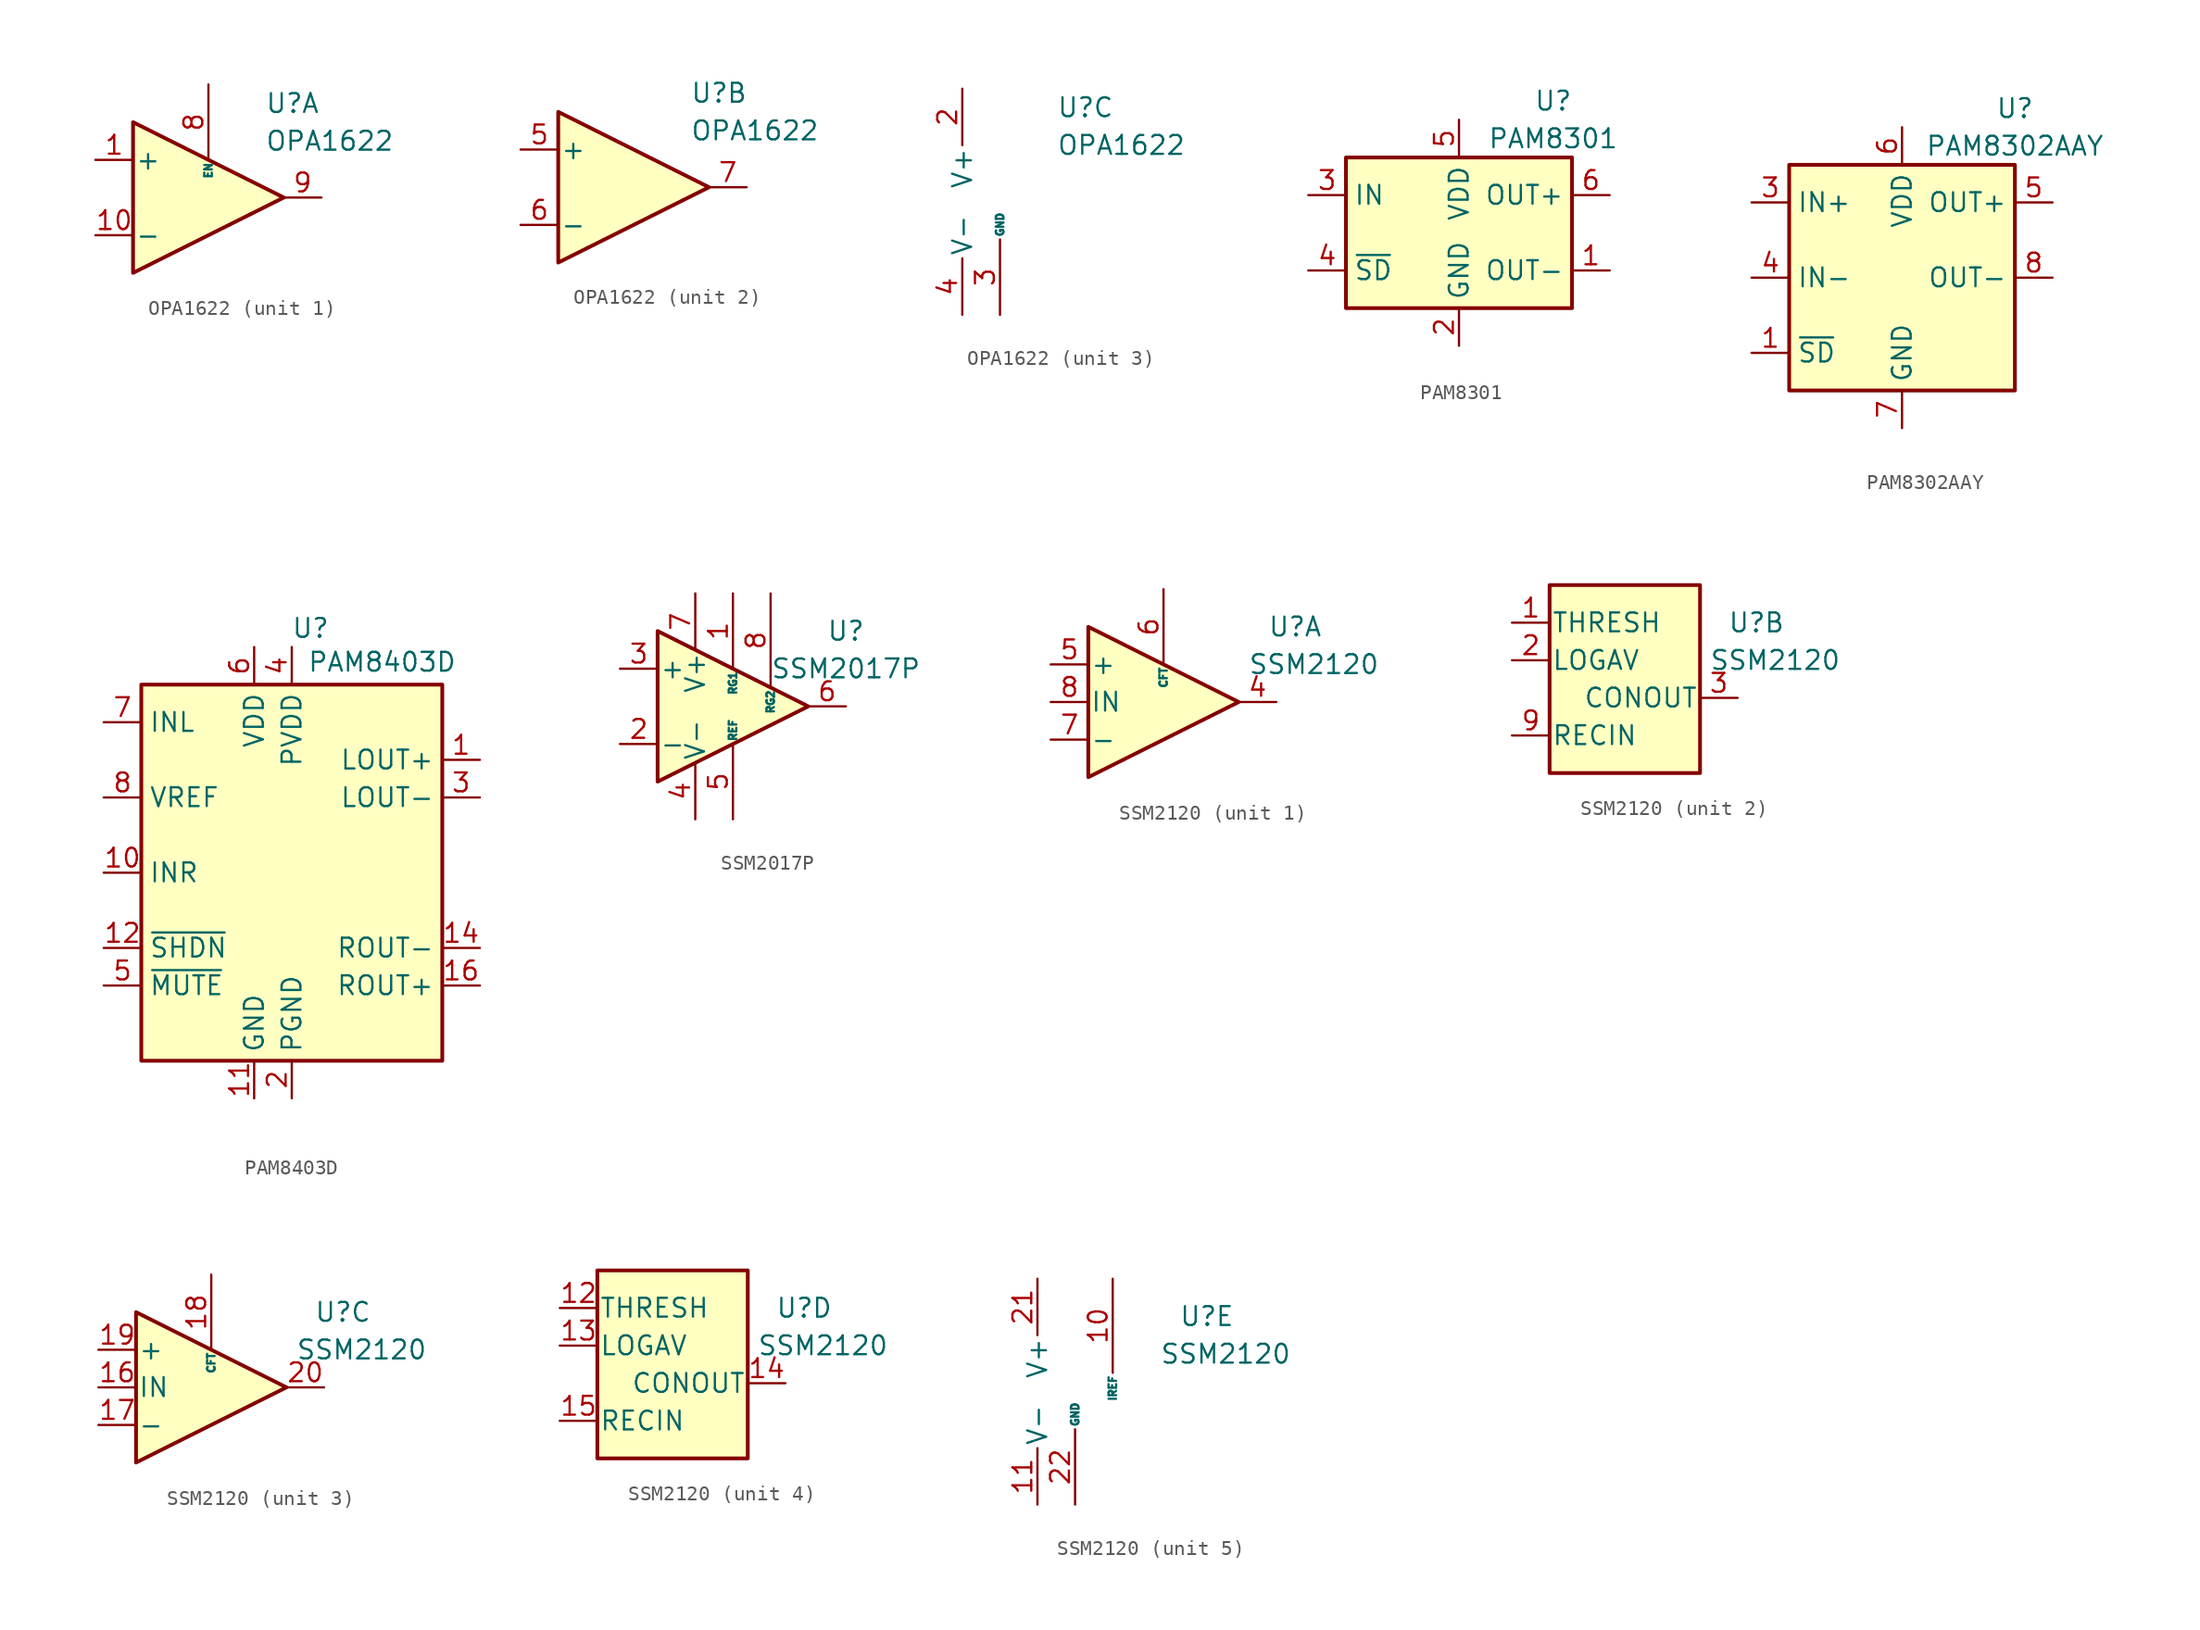
<source format=kicad_sym>
(kicad_symbol_lib
  (version 20200908)
  (generator kicad_symbol_editor)
  (symbol "Amplifier_Audio:OPA1622"
    (pin_names
      (offset 0.127))
    (property "Reference" "U"
      (at 3.81 6.35 0)
      (effects (font (size 1.27 1.27)) (justify left)))
    (property "Value" "OPA1622"
      (at 3.81 3.81 0)
      (effects (font (size 1.27 1.27)) (justify left)))
    (property "ki_locked" ""
      (at 0 0 0)
      (effects (font (size 1.27 1.27))))
    (symbol "OPA1622_1_1"
      (polyline (pts (xy -5.08 5.08) (xy 5.08 0) (xy -5.08 -5.08) (xy -5.08 5.08) (xy -5.08 5.08)) (stroke (width 0.254)) (fill (type background)))
      (pin input line (at -7.62 2.54 0) (length 2.54) (name "+" (effects (font (size 1.27 1.27)))) (number "1" (effects (font (size 1.27 1.27)))))
      (pin input line (at -7.62 -2.54 0) (length 2.54) (name "-" (effects (font (size 1.27 1.27)))) (number "10" (effects (font (size 1.27 1.27)))))
      (pin input line (at 0 7.62 270) (length 5.08) (name "EN" (effects (font (size 0.508 0.508)))) (number "8" (effects (font (size 1.27 1.27)))))
      (pin output line (at 7.62 0 180) (length 2.54) (name "~" (effects (font (size 1.27 1.27)))) (number "9" (effects (font (size 1.27 1.27))))))
    (symbol "OPA1622_2_1"
      (polyline (pts (xy -5.08 5.08) (xy 5.08 0) (xy -5.08 -5.08) (xy -5.08 5.08) (xy -5.08 5.08)) (stroke (width 0.254)) (fill (type background)))
      (pin input line (at -7.62 2.54 0) (length 2.54) (name "+" (effects (font (size 1.27 1.27)))) (number "5" (effects (font (size 1.27 1.27)))))
      (pin input line (at -7.62 -2.54 0) (length 2.54) (name "-" (effects (font (size 1.27 1.27)))) (number "6" (effects (font (size 1.27 1.27)))))
      (pin output line (at 7.62 0 180) (length 2.54) (name "~" (effects (font (size 1.27 1.27)))) (number "7" (effects (font (size 1.27 1.27))))))
    (symbol "OPA1622_3_1"
      (pin passive line (at -2.54 -7.62 90) (length 3.81) hide (name "V-" (effects (font (size 1.27 1.27)))) (number "11" (effects (font (size 1.27 1.27)))))
      (pin power_in line (at -2.54 7.62 270) (length 3.81) (name "V+" (effects (font (size 1.27 1.27)))) (number "2" (effects (font (size 1.27 1.27)))))
      (pin power_in line (at 0 -7.62 90) (length 5.08) (name "GND" (effects (font (size 0.508 0.508)))) (number "3" (effects (font (size 1.27 1.27)))))
      (pin power_in line (at -2.54 -7.62 90) (length 3.81) (name "V-" (effects (font (size 1.27 1.27)))) (number "4" (effects (font (size 1.27 1.27)))))))
  (symbol "Amplifier_Audio:PAM8301"
    (property "Reference" "U"
      (at 6.35 8.89 0)
      (effects (font (size 1.27 1.27))))
    (property "Value" "PAM8301"
      (at 6.35 6.35 0)
      (effects (font (size 1.27 1.27))))
    (symbol "PAM8301_0_1"
      (rectangle (start -7.62 5.08) (end 7.62 -5.08) (stroke (width 0.254)) (fill (type background))))
    (symbol "PAM8301_1_1"
      (pin output line (at 10.16 -2.54 180) (length 2.54) (name "OUT-" (effects (font (size 1.27 1.27)))) (number "1" (effects (font (size 1.27 1.27)))))
      (pin power_in line (at 0 -7.62 90) (length 2.54) (name "GND" (effects (font (size 1.27 1.27)))) (number "2" (effects (font (size 1.27 1.27)))))
      (pin input line (at -10.16 2.54 0) (length 2.54) (name "IN" (effects (font (size 1.27 1.27)))) (number "3" (effects (font (size 1.27 1.27)))))
      (pin input line (at -10.16 -2.54 0) (length 2.54) (name "~SD" (effects (font (size 1.27 1.27)))) (number "4" (effects (font (size 1.27 1.27)))))
      (pin power_in line (at 0 7.62 270) (length 2.54) (name "VDD" (effects (font (size 1.27 1.27)))) (number "5" (effects (font (size 1.27 1.27)))))
      (pin output line (at 10.16 2.54 180) (length 2.54) (name "OUT+" (effects (font (size 1.27 1.27)))) (number "6" (effects (font (size 1.27 1.27)))))))
  (symbol "Amplifier_Audio:PAM8302AAY"
    (property "Reference" "U"
      (at 7.62 11.43 0)
      (effects (font (size 1.27 1.27))))
    (property "Value" "PAM8302AAY"
      (at 7.62 8.89 0)
      (effects (font (size 1.27 1.27))))
    (symbol "PAM8302AAY_0_1"
      (rectangle (start -7.62 7.62) (end 7.62 -7.62) (stroke (width 0.254)) (fill (type background))))
    (symbol "PAM8302AAY_1_1"
      (pin input line (at -10.16 -5.08 0) (length 2.54) (name "~SD" (effects (font (size 1.27 1.27)))) (number "1" (effects (font (size 1.27 1.27)))))
      (pin unconnected line (at 7.62 -5.08 180) (length 2.54) hide (name "NC" (effects (font (size 1.27 1.27)))) (number "2" (effects (font (size 1.27 1.27)))))
      (pin input line (at -10.16 5.08 0) (length 2.54) (name "IN+" (effects (font (size 1.27 1.27)))) (number "3" (effects (font (size 1.27 1.27)))))
      (pin input line (at -10.16 0 0) (length 2.54) (name "IN-" (effects (font (size 1.27 1.27)))) (number "4" (effects (font (size 1.27 1.27)))))
      (pin output line (at 10.16 5.08 180) (length 2.54) (name "OUT+" (effects (font (size 1.27 1.27)))) (number "5" (effects (font (size 1.27 1.27)))))
      (pin power_in line (at 0 10.16 270) (length 2.54) (name "VDD" (effects (font (size 1.27 1.27)))) (number "6" (effects (font (size 1.27 1.27)))))
      (pin power_in line (at 0 -10.16 90) (length 2.54) (name "GND" (effects (font (size 1.27 1.27)))) (number "7" (effects (font (size 1.27 1.27)))))
      (pin output line (at 10.16 0 180) (length 2.54) (name "OUT-" (effects (font (size 1.27 1.27)))) (number "8" (effects (font (size 1.27 1.27)))))))
  (symbol "Amplifier_Audio:PAM8403D"
    (property "Reference" "U"
      (at 1.27 16.51 0)
      (effects (font (size 1.27 1.27))))
    (property "Value" "PAM8403D"
      (at 6.096 14.224 0)
      (effects (font (size 1.27 1.27))))
    (symbol "PAM8403D_0_1"
      (rectangle (start -10.16 12.7) (end 10.16 -12.7) (stroke (width 0.254)) (fill (type background))))
    (symbol "PAM8403D_1_1"
      (pin output line (at 12.7 7.62 180) (length 2.54) (name "LOUT+" (effects (font (size 1.27 1.27)))) (number "1" (effects (font (size 1.27 1.27)))))
      (pin input line (at -12.7 0 0) (length 2.54) (name "INR" (effects (font (size 1.27 1.27)))) (number "10" (effects (font (size 1.27 1.27)))))
      (pin power_in line (at -2.54 -15.24 90) (length 2.54) (name "GND" (effects (font (size 1.27 1.27)))) (number "11" (effects (font (size 1.27 1.27)))))
      (pin input line (at -12.7 -5.08 0) (length 2.54) (name "~SHDN" (effects (font (size 1.27 1.27)))) (number "12" (effects (font (size 1.27 1.27)))))
      (pin passive line (at 0 15.24 270) (length 2.54) hide (name "PVDD" (effects (font (size 1.27 1.27)))) (number "13" (effects (font (size 1.27 1.27)))))
      (pin output line (at 12.7 -5.08 180) (length 2.54) (name "ROUT-" (effects (font (size 1.27 1.27)))) (number "14" (effects (font (size 1.27 1.27)))))
      (pin passive line (at 0 -15.24 90) (length 2.54) hide (name "PGND" (effects (font (size 1.27 1.27)))) (number "15" (effects (font (size 1.27 1.27)))))
      (pin output line (at 12.7 -7.62 180) (length 2.54) (name "ROUT+" (effects (font (size 1.27 1.27)))) (number "16" (effects (font (size 1.27 1.27)))))
      (pin power_in line (at 0 -15.24 90) (length 2.54) (name "PGND" (effects (font (size 1.27 1.27)))) (number "2" (effects (font (size 1.27 1.27)))))
      (pin output line (at 12.7 5.08 180) (length 2.54) (name "LOUT-" (effects (font (size 1.27 1.27)))) (number "3" (effects (font (size 1.27 1.27)))))
      (pin power_in line (at 0 15.24 270) (length 2.54) (name "PVDD" (effects (font (size 1.27 1.27)))) (number "4" (effects (font (size 1.27 1.27)))))
      (pin input line (at -12.7 -7.62 0) (length 2.54) (name "~MUTE" (effects (font (size 1.27 1.27)))) (number "5" (effects (font (size 1.27 1.27)))))
      (pin power_in line (at -2.54 15.24 270) (length 2.54) (name "VDD" (effects (font (size 1.27 1.27)))) (number "6" (effects (font (size 1.27 1.27)))))
      (pin input line (at -12.7 10.16 0) (length 2.54) (name "INL" (effects (font (size 1.27 1.27)))) (number "7" (effects (font (size 1.27 1.27)))))
      (pin input line (at -12.7 5.08 0) (length 2.54) (name "VREF" (effects (font (size 1.27 1.27)))) (number "8" (effects (font (size 1.27 1.27)))))
      (pin unconnected line (at 10.16 -10.16 180) (length 2.54) hide (name "NC" (effects (font (size 1.27 1.27)))) (number "9" (effects (font (size 1.27 1.27)))))))
  (symbol "Amplifier_Audio:SSM2017P"
    (pin_names
      (offset 0.127))
    (property "Reference" "U"
      (at 7.62 5.08 0)
      (effects (font (size 1.27 1.27))))
    (property "Value" "SSM2017P"
      (at 7.62 2.54 0)
      (effects (font (size 1.27 1.27))))
    (symbol "SSM2017P_0_1"
      (polyline (pts (xy -5.08 5.08) (xy 5.08 0) (xy -5.08 -5.08) (xy -5.08 5.08)) (stroke (width 0.254)) (fill (type background))))
    (symbol "SSM2017P_1_1"
      (pin input line (at 0 7.62 270) (length 5.08) (name "RG1" (effects (font (size 0.508 0.508)))) (number "1" (effects (font (size 1.27 1.27)))))
      (pin input line (at -7.62 -2.54 0) (length 2.54) (name "-" (effects (font (size 1.27 1.27)))) (number "2" (effects (font (size 1.27 1.27)))))
      (pin input line (at -7.62 2.54 0) (length 2.54) (name "+" (effects (font (size 1.27 1.27)))) (number "3" (effects (font (size 1.27 1.27)))))
      (pin power_in line (at -2.54 -7.62 90) (length 3.81) (name "V-" (effects (font (size 1.27 1.27)))) (number "4" (effects (font (size 1.27 1.27)))))
      (pin input line (at 0 -7.62 90) (length 5.08) (name "REF" (effects (font (size 0.508 0.508)))) (number "5" (effects (font (size 1.27 1.27)))))
      (pin output line (at 7.62 0 180) (length 2.54) (name "~" (effects (font (size 1.27 1.27)))) (number "6" (effects (font (size 1.27 1.27)))))
      (pin power_in line (at -2.54 7.62 270) (length 3.81) (name "V+" (effects (font (size 1.27 1.27)))) (number "7" (effects (font (size 1.27 1.27)))))
      (pin input line (at 2.54 7.62 270) (length 6.35) (name "RG2" (effects (font (size 0.508 0.508)))) (number "8" (effects (font (size 1.27 1.27)))))))
  (symbol "Amplifier_Audio:SSM2120"
    (pin_names
      (offset 0.127))
    (property "Reference" "U"
      (at 8.89 5.08 0)
      (effects (font (size 1.27 1.27))))
    (property "Value" "SSM2120"
      (at 10.16 2.54 0)
      (effects (font (size 1.27 1.27))))
    (property "ki_locked" ""
      (at 0 0 0)
      (effects (font (size 1.27 1.27))))
    (symbol "SSM2120_2_1"
      (rectangle (start -5.08 7.62) (end 5.08 -5.08) (stroke (width 0.254)) (fill (type background)))
      (pin input line (at -7.62 5.08 0) (length 2.54) (name "THRESH" (effects (font (size 1.27 1.27)))) (number "1" (effects (font (size 1.27 1.27)))))
      (pin input line (at -7.62 2.54 0) (length 2.54) (name "LOGAV" (effects (font (size 1.27 1.27)))) (number "2" (effects (font (size 1.27 1.27)))))
      (pin input line (at 7.62 0 180) (length 2.54) (name "CONOUT" (effects (font (size 1.27 1.27)))) (number "3" (effects (font (size 1.27 1.27)))))
      (pin input line (at -7.62 -2.54 0) (length 2.54) (name "RECIN" (effects (font (size 1.27 1.27)))) (number "9" (effects (font (size 1.27 1.27))))))
    (symbol "SSM2120_4_1"
      (rectangle (start -5.08 7.62) (end 5.08 -5.08) (stroke (width 0.254)) (fill (type background)))
      (pin input line (at -7.62 5.08 0) (length 2.54) (name "THRESH" (effects (font (size 1.27 1.27)))) (number "12" (effects (font (size 1.27 1.27)))))
      (pin input line (at -7.62 2.54 0) (length 2.54) (name "LOGAV" (effects (font (size 1.27 1.27)))) (number "13" (effects (font (size 1.27 1.27)))))
      (pin input line (at 7.62 0 180) (length 2.54) (name "CONOUT" (effects (font (size 1.27 1.27)))) (number "14" (effects (font (size 1.27 1.27)))))
      (pin input line (at -7.62 -2.54 0) (length 2.54) (name "RECIN" (effects (font (size 1.27 1.27)))) (number "15" (effects (font (size 1.27 1.27))))))
    (symbol "SSM2120_1_1"
      (polyline (pts (xy -5.08 5.08) (xy 5.08 0) (xy -5.08 -5.08) (xy -5.08 5.08)) (stroke (width 0.254)) (fill (type background)))
      (pin output line (at 7.62 0 180) (length 2.54) (name "~" (effects (font (size 1.27 1.27)))) (number "4" (effects (font (size 1.27 1.27)))))
      (pin input line (at -7.62 2.54 0) (length 2.54) (name "+" (effects (font (size 1.27 1.27)))) (number "5" (effects (font (size 1.27 1.27)))))
      (pin input line (at 0 7.62 270) (length 5.08) (name "CFT" (effects (font (size 0.508 0.508)))) (number "6" (effects (font (size 1.27 1.27)))))
      (pin input line (at -7.62 -2.54 0) (length 2.54) (name "-" (effects (font (size 1.27 1.27)))) (number "7" (effects (font (size 1.27 1.27)))))
      (pin input line (at -7.62 0 0) (length 2.54) (name "IN" (effects (font (size 1.27 1.27)))) (number "8" (effects (font (size 1.27 1.27))))))
    (symbol "SSM2120_3_1"
      (polyline (pts (xy -5.08 5.08) (xy 5.08 0) (xy -5.08 -5.08) (xy -5.08 5.08)) (stroke (width 0.254)) (fill (type background)))
      (pin input line (at -7.62 0 0) (length 2.54) (name "IN" (effects (font (size 1.27 1.27)))) (number "16" (effects (font (size 1.27 1.27)))))
      (pin input line (at -7.62 -2.54 0) (length 2.54) (name "-" (effects (font (size 1.27 1.27)))) (number "17" (effects (font (size 1.27 1.27)))))
      (pin input line (at 0 7.62 270) (length 5.08) (name "CFT" (effects (font (size 0.508 0.508)))) (number "18" (effects (font (size 1.27 1.27)))))
      (pin input line (at -7.62 2.54 0) (length 2.54) (name "+" (effects (font (size 1.27 1.27)))) (number "19" (effects (font (size 1.27 1.27)))))
      (pin output line (at 7.62 0 180) (length 2.54) (name "~" (effects (font (size 1.27 1.27)))) (number "20" (effects (font (size 1.27 1.27))))))
    (symbol "SSM2120_5_0"
      (pin input line (at 2.54 7.62 270) (length 6.35) (name "IREF" (effects (font (size 0.508 0.508)))) (number "10" (effects (font (size 1.27 1.27)))))
      (pin power_in line (at -2.54 -7.62 90) (length 3.81) (name "V-" (effects (font (size 1.27 1.27)))) (number "11" (effects (font (size 1.27 1.27)))))
      (pin power_in line (at -2.54 7.62 270) (length 3.81) (name "V+" (effects (font (size 1.27 1.27)))) (number "21" (effects (font (size 1.27 1.27)))))
      (pin power_in line (at 0 -7.62 90) (length 5.08) (name "GND" (effects (font (size 0.508 0.508)))) (number "22" (effects (font (size 1.27 1.27))))))))
</source>
